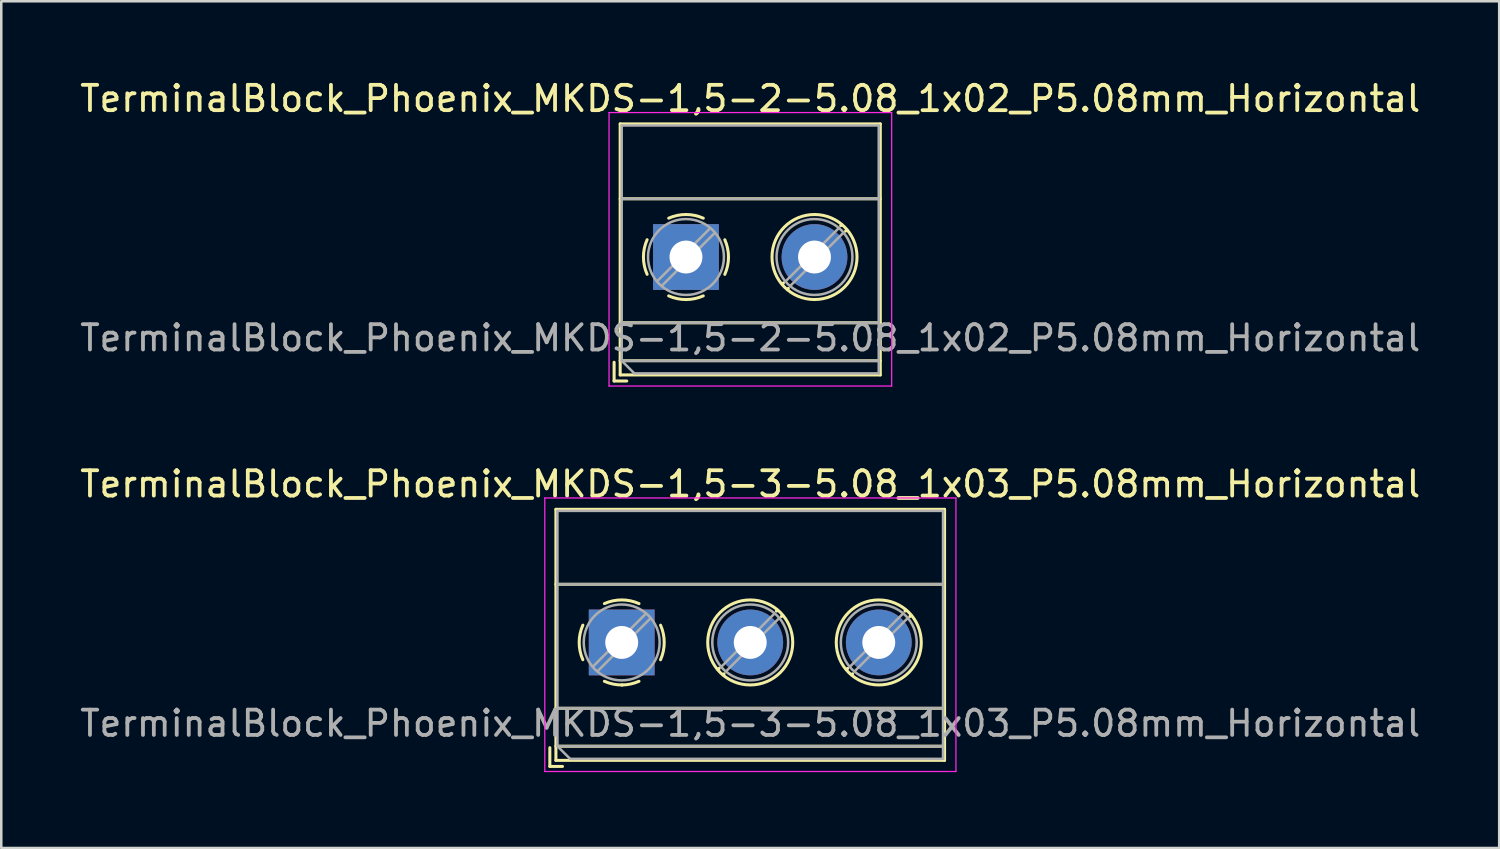
<source format=kicad_pcb>
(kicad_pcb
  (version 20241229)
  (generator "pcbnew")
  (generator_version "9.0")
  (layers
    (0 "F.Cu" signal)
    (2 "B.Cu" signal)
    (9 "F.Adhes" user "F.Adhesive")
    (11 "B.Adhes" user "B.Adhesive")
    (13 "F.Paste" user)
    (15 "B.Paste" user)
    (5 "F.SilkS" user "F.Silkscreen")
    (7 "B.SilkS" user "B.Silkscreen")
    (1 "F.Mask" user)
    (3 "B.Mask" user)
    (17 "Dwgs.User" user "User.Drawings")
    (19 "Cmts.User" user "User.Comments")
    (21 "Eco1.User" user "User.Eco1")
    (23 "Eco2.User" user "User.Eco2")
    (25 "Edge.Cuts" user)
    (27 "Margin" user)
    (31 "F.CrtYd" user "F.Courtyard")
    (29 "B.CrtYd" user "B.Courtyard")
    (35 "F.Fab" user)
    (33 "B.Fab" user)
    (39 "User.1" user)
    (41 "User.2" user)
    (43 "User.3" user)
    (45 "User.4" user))
  (footprint "TerminalBlock_Phoenix_MKDS-1,5-2-5.08_1x02_P5.08mm_Horizontal"
    (layer "F.Cu")
    (at 26.601 7.109)
    (property "Reference" "TerminalBlock_Phoenix_MKDS-1,5-2-5.08_1x02_P5.08mm_Horizontal" (at 0 -6.261 0) (layer "F.SilkS") (effects (font (size 1 1) (thickness 0.15))))
    (attr through_hole)
    (fp_line (start -5.38 4.159) (end -5.38 4.899) (stroke (width 0.12) (type solid)) (layer "F.SilkS"))
    (fp_line (start -5.38 4.899) (end -4.88 4.899) (stroke (width 0.12) (type solid)) (layer "F.SilkS"))
    (fp_line (start -5.14 -5.262) (end -5.14 4.659) (stroke (width 0.12) (type solid)) (layer "F.SilkS"))
    (fp_line (start -5.14 -5.262) (end 5.14 -5.262) (stroke (width 0.12) (type solid)) (layer "F.SilkS"))
    (fp_line (start -5.14 -2.302) (end 5.14 -2.302) (stroke (width 0.12) (type solid)) (layer "F.SilkS"))
    (fp_line (start -5.14 2.599) (end 5.14 2.599) (stroke (width 0.12) (type solid)) (layer "F.SilkS"))
    (fp_line (start -5.14 4.099) (end 5.14 4.099) (stroke (width 0.12) (type solid)) (layer "F.SilkS"))
    (fp_line (start -5.14 4.659) (end 5.14 4.659) (stroke (width 0.12) (type solid)) (layer "F.SilkS"))
    (fp_line (start 1.313 1.022) (end 1.266 1.068) (stroke (width 0.12) (type solid)) (layer "F.SilkS"))
    (fp_line (start 1.506 1.238) (end 1.471 1.273) (stroke (width 0.12) (type solid)) (layer "F.SilkS"))
    (fp_line (start 3.61 -1.276) (end 3.575 -1.24) (stroke (width 0.12) (type solid)) (layer "F.SilkS"))
    (fp_line (start 3.815 -1.07) (end 3.768 -1.024) (stroke (width 0.12) (type solid)) (layer "F.SilkS"))
    (fp_line (start 5.14 -5.262) (end 5.14 4.659) (stroke (width 0.12) (type solid)) (layer "F.SilkS"))
    (fp_arc (start -4.075427 0.682518) (mid -4.220501 -0.001048) (end -4.075 -0.684524) (stroke (width 0.12) (type solid)) (layer "F.SilkS"))
    (fp_arc (start -3.223042 -1.535951) (mid -2.539476 -1.681025) (end -1.856 -1.535524) (stroke (width 0.12) (type solid)) (layer "F.SilkS"))
    (fp_arc (start -2.511195 1.679729) (mid -2.875551 1.646135) (end -3.224 1.534476) (stroke (width 0.12) (type solid)) (layer "F.SilkS"))
    (fp_arc (start -1.856682 1.534232) (mid -2.190708 1.642764) (end -2.54 1.679476) (stroke (width 0.12) (type solid)) (layer "F.SilkS"))
    (fp_arc (start -1.004573 -0.683566) (mid -0.859499 0) (end -1.005 0.683476) (stroke (width 0.12) (type solid)) (layer "F.SilkS"))
    (fp_circle (center 2.54 -0.001) (end 4.22 -0.001) (stroke (width 0.12) (type solid)) (fill no) (layer "F.SilkS"))
    (fp_line (start -5.58 -5.711) (end -5.58 5.099) (stroke (width 0.05) (type solid)) (layer "F.CrtYd"))
    (fp_line (start -5.58 5.099) (end 5.59 5.099) (stroke (width 0.05) (type solid)) (layer "F.CrtYd"))
    (fp_line (start 5.59 -5.711) (end -5.58 -5.711) (stroke (width 0.05) (type solid)) (layer "F.CrtYd"))
    (fp_line (start 5.59 5.099) (end 5.59 -5.711) (stroke (width 0.05) (type solid)) (layer "F.CrtYd"))
    (fp_line (start -5.08 -5.201) (end 5.08 -5.201) (stroke (width 0.1) (type solid)) (layer "F.Fab"))
    (fp_line (start -5.08 -2.301) (end 5.08 -2.301) (stroke (width 0.1) (type solid)) (layer "F.Fab"))
    (fp_line (start -5.08 2.599) (end 5.08 2.599) (stroke (width 0.1) (type solid)) (layer "F.Fab"))
    (fp_line (start -5.08 4.099) (end -5.08 -5.201) (stroke (width 0.1) (type solid)) (layer "F.Fab"))
    (fp_line (start -5.08 4.099) (end 5.08 4.099) (stroke (width 0.1) (type solid)) (layer "F.Fab"))
    (fp_line (start -4.58 4.599) (end -5.08 4.099) (stroke (width 0.1) (type solid)) (layer "F.Fab"))
    (fp_line (start -1.585 -1.139) (end -3.678 0.954) (stroke (width 0.1) (type solid)) (layer "F.Fab"))
    (fp_line (start -1.402 -0.956) (end -3.495 1.137) (stroke (width 0.1) (type solid)) (layer "F.Fab"))
    (fp_line (start 3.495 -1.139) (end 1.403 0.954) (stroke (width 0.1) (type solid)) (layer "F.Fab"))
    (fp_line (start 3.678 -0.956) (end 1.586 1.137) (stroke (width 0.1) (type solid)) (layer "F.Fab"))
    (fp_line (start 5.08 -5.201) (end 5.08 4.599) (stroke (width 0.1) (type solid)) (layer "F.Fab"))
    (fp_line (start 5.08 4.599) (end -4.58 4.599) (stroke (width 0.1) (type solid)) (layer "F.Fab"))
    (fp_circle (center -2.54 -0.001) (end -1.04 -0.001) (stroke (width 0.1) (type solid)) (fill no) (layer "F.Fab"))
    (fp_circle (center 2.54 -0.001) (end 4.04 -0.001) (stroke (width 0.1) (type solid)) (fill no) (layer "F.Fab"))
    (fp_text user "${REFERENCE}" (at 0 3.199 0) (layer "F.Fab") (effects (font (size 1 1) (thickness 0.15))))
    (pad "1" thru_hole rect (at -2.54 -0.001) (size 2.6 2.6) (drill 1.3) (layers "*.Cu" "*.Mask"))
    (pad "2" thru_hole circle (at 2.54 -0.001) (size 2.6 2.6) (drill 1.3) (layers "*.Cu" "*.Mask")))
  (footprint "TerminalBlock_Phoenix_MKDS-1,5-3-5.08_1x03_P5.08mm_Horizontal"
    (layer "F.Cu")
    (at 26.601 22.341)
    (property "Reference" "TerminalBlock_Phoenix_MKDS-1,5-3-5.08_1x03_P5.08mm_Horizontal" (at 0 -6.26 0) (layer "F.SilkS") (effects (font (size 1 1) (thickness 0.15))))
    (attr through_hole)
    (fp_line (start -7.92 4.16) (end -7.92 4.9) (stroke (width 0.12) (type solid)) (layer "F.SilkS"))
    (fp_line (start -7.92 4.9) (end -7.42 4.9) (stroke (width 0.12) (type solid)) (layer "F.SilkS"))
    (fp_line (start -7.68 -5.261) (end -7.68 4.66) (stroke (width 0.12) (type solid)) (layer "F.SilkS"))
    (fp_line (start -7.68 -5.261) (end 7.68 -5.261) (stroke (width 0.12) (type solid)) (layer "F.SilkS"))
    (fp_line (start -7.68 -2.301) (end 7.68 -2.301) (stroke (width 0.12) (type solid)) (layer "F.SilkS"))
    (fp_line (start -7.68 2.6) (end 7.68 2.6) (stroke (width 0.12) (type solid)) (layer "F.SilkS"))
    (fp_line (start -7.68 4.1) (end 7.68 4.1) (stroke (width 0.12) (type solid)) (layer "F.SilkS"))
    (fp_line (start -7.68 4.66) (end 7.68 4.66) (stroke (width 0.12) (type solid)) (layer "F.SilkS"))
    (fp_line (start -1.227 1.023) (end -1.274 1.069) (stroke (width 0.12) (type solid)) (layer "F.SilkS"))
    (fp_line (start -1.034 1.239) (end -1.069 1.274) (stroke (width 0.12) (type solid)) (layer "F.SilkS"))
    (fp_line (start 1.07 -1.275) (end 1.035 -1.239) (stroke (width 0.12) (type solid)) (layer "F.SilkS"))
    (fp_line (start 1.275 -1.069) (end 1.228 -1.023) (stroke (width 0.12) (type solid)) (layer "F.SilkS"))
    (fp_line (start 3.853 1.023) (end 3.806 1.069) (stroke (width 0.12) (type solid)) (layer "F.SilkS"))
    (fp_line (start 4.046 1.239) (end 4.011 1.274) (stroke (width 0.12) (type solid)) (layer "F.SilkS"))
    (fp_line (start 6.15 -1.275) (end 6.115 -1.239) (stroke (width 0.12) (type solid)) (layer "F.SilkS"))
    (fp_line (start 6.355 -1.069) (end 6.308 -1.023) (stroke (width 0.12) (type solid)) (layer "F.SilkS"))
    (fp_line (start 7.68 -5.261) (end 7.68 4.66) (stroke (width 0.12) (type solid)) (layer "F.SilkS"))
    (fp_arc (start -6.615427 0.683042) (mid -6.760501 -0.000524) (end -6.615 -0.684) (stroke (width 0.12) (type solid)) (layer "F.SilkS"))
    (fp_arc (start -5.763042 -1.535427) (mid -5.079476 -1.680501) (end -4.396 -1.535) (stroke (width 0.12) (type solid)) (layer "F.SilkS"))
    (fp_arc (start -5.051195 1.680253) (mid -5.415551 1.646659) (end -5.764 1.535) (stroke (width 0.12) (type solid)) (layer "F.SilkS"))
    (fp_arc (start -4.396682 1.534756) (mid -4.730708 1.643288) (end -5.08 1.68) (stroke (width 0.12) (type solid)) (layer "F.SilkS"))
    (fp_arc (start -3.544573 -0.683042) (mid -3.399499 0.000524) (end -3.545 0.684) (stroke (width 0.12) (type solid)) (layer "F.SilkS"))
    (fp_circle (center 0 0) (end 1.68 0) (stroke (width 0.12) (type solid)) (fill no) (layer "F.SilkS"))
    (fp_circle (center 5.08 0) (end 6.76 0) (stroke (width 0.12) (type solid)) (fill no) (layer "F.SilkS"))
    (fp_line (start -8.12 -5.71) (end -8.12 5.1) (stroke (width 0.05) (type solid)) (layer "F.CrtYd"))
    (fp_line (start -8.12 5.1) (end 8.13 5.1) (stroke (width 0.05) (type solid)) (layer "F.CrtYd"))
    (fp_line (start 8.13 -5.71) (end -8.12 -5.71) (stroke (width 0.05) (type solid)) (layer "F.CrtYd"))
    (fp_line (start 8.13 5.1) (end 8.13 -5.71) (stroke (width 0.05) (type solid)) (layer "F.CrtYd"))
    (fp_line (start -7.62 -5.2) (end 7.62 -5.2) (stroke (width 0.1) (type solid)) (layer "F.Fab"))
    (fp_line (start -7.62 -2.3) (end 7.62 -2.3) (stroke (width 0.1) (type solid)) (layer "F.Fab"))
    (fp_line (start -7.62 2.6) (end 7.62 2.6) (stroke (width 0.1) (type solid)) (layer "F.Fab"))
    (fp_line (start -7.62 4.1) (end -7.62 -5.2) (stroke (width 0.1) (type solid)) (layer "F.Fab"))
    (fp_line (start -7.62 4.1) (end 7.62 4.1) (stroke (width 0.1) (type solid)) (layer "F.Fab"))
    (fp_line (start -7.12 4.6) (end -7.62 4.1) (stroke (width 0.1) (type solid)) (layer "F.Fab"))
    (fp_line (start -4.125 -1.138) (end -6.218 0.955) (stroke (width 0.1) (type solid)) (layer "F.Fab"))
    (fp_line (start -3.942 -0.955) (end -6.035 1.138) (stroke (width 0.1) (type solid)) (layer "F.Fab"))
    (fp_line (start 0.955 -1.138) (end -1.137 0.955) (stroke (width 0.1) (type solid)) (layer "F.Fab"))
    (fp_line (start 1.138 -0.955) (end -0.954 1.138) (stroke (width 0.1) (type solid)) (layer "F.Fab"))
    (fp_line (start 6.035 -1.138) (end 3.943 0.955) (stroke (width 0.1) (type solid)) (layer "F.Fab"))
    (fp_line (start 6.218 -0.955) (end 4.126 1.138) (stroke (width 0.1) (type solid)) (layer "F.Fab"))
    (fp_line (start 7.62 -5.2) (end 7.62 4.6) (stroke (width 0.1) (type solid)) (layer "F.Fab"))
    (fp_line (start 7.62 4.6) (end -7.12 4.6) (stroke (width 0.1) (type solid)) (layer "F.Fab"))
    (fp_circle (center -5.08 0) (end -3.58 0) (stroke (width 0.1) (type solid)) (fill no) (layer "F.Fab"))
    (fp_circle (center 0 0) (end 1.5 0) (stroke (width 0.1) (type solid)) (fill no) (layer "F.Fab"))
    (fp_circle (center 5.08 0) (end 6.58 0) (stroke (width 0.1) (type solid)) (fill no) (layer "F.Fab"))
    (fp_text user "${REFERENCE}" (at 0 3.2 0) (layer "F.Fab") (effects (font (size 1 1) (thickness 0.15))))
    (pad "1" thru_hole rect (at -5.08 0) (size 2.6 2.6) (drill 1.3) (layers "*.Cu" "*.Mask"))
    (pad "2" thru_hole circle (at 0 0) (size 2.6 2.6) (drill 1.3) (layers "*.Cu" "*.Mask"))
    (pad "3" thru_hole circle (at 5.08 0) (size 2.6 2.6) (drill 1.3) (layers "*.Cu" "*.Mask")))
  (gr_rect
    (start -3 -3)
    (end 56.202 30.466)
    (stroke (width 0.1) (type default))
    (fill no)
    (layer "Edge.Cuts")))
</source>
